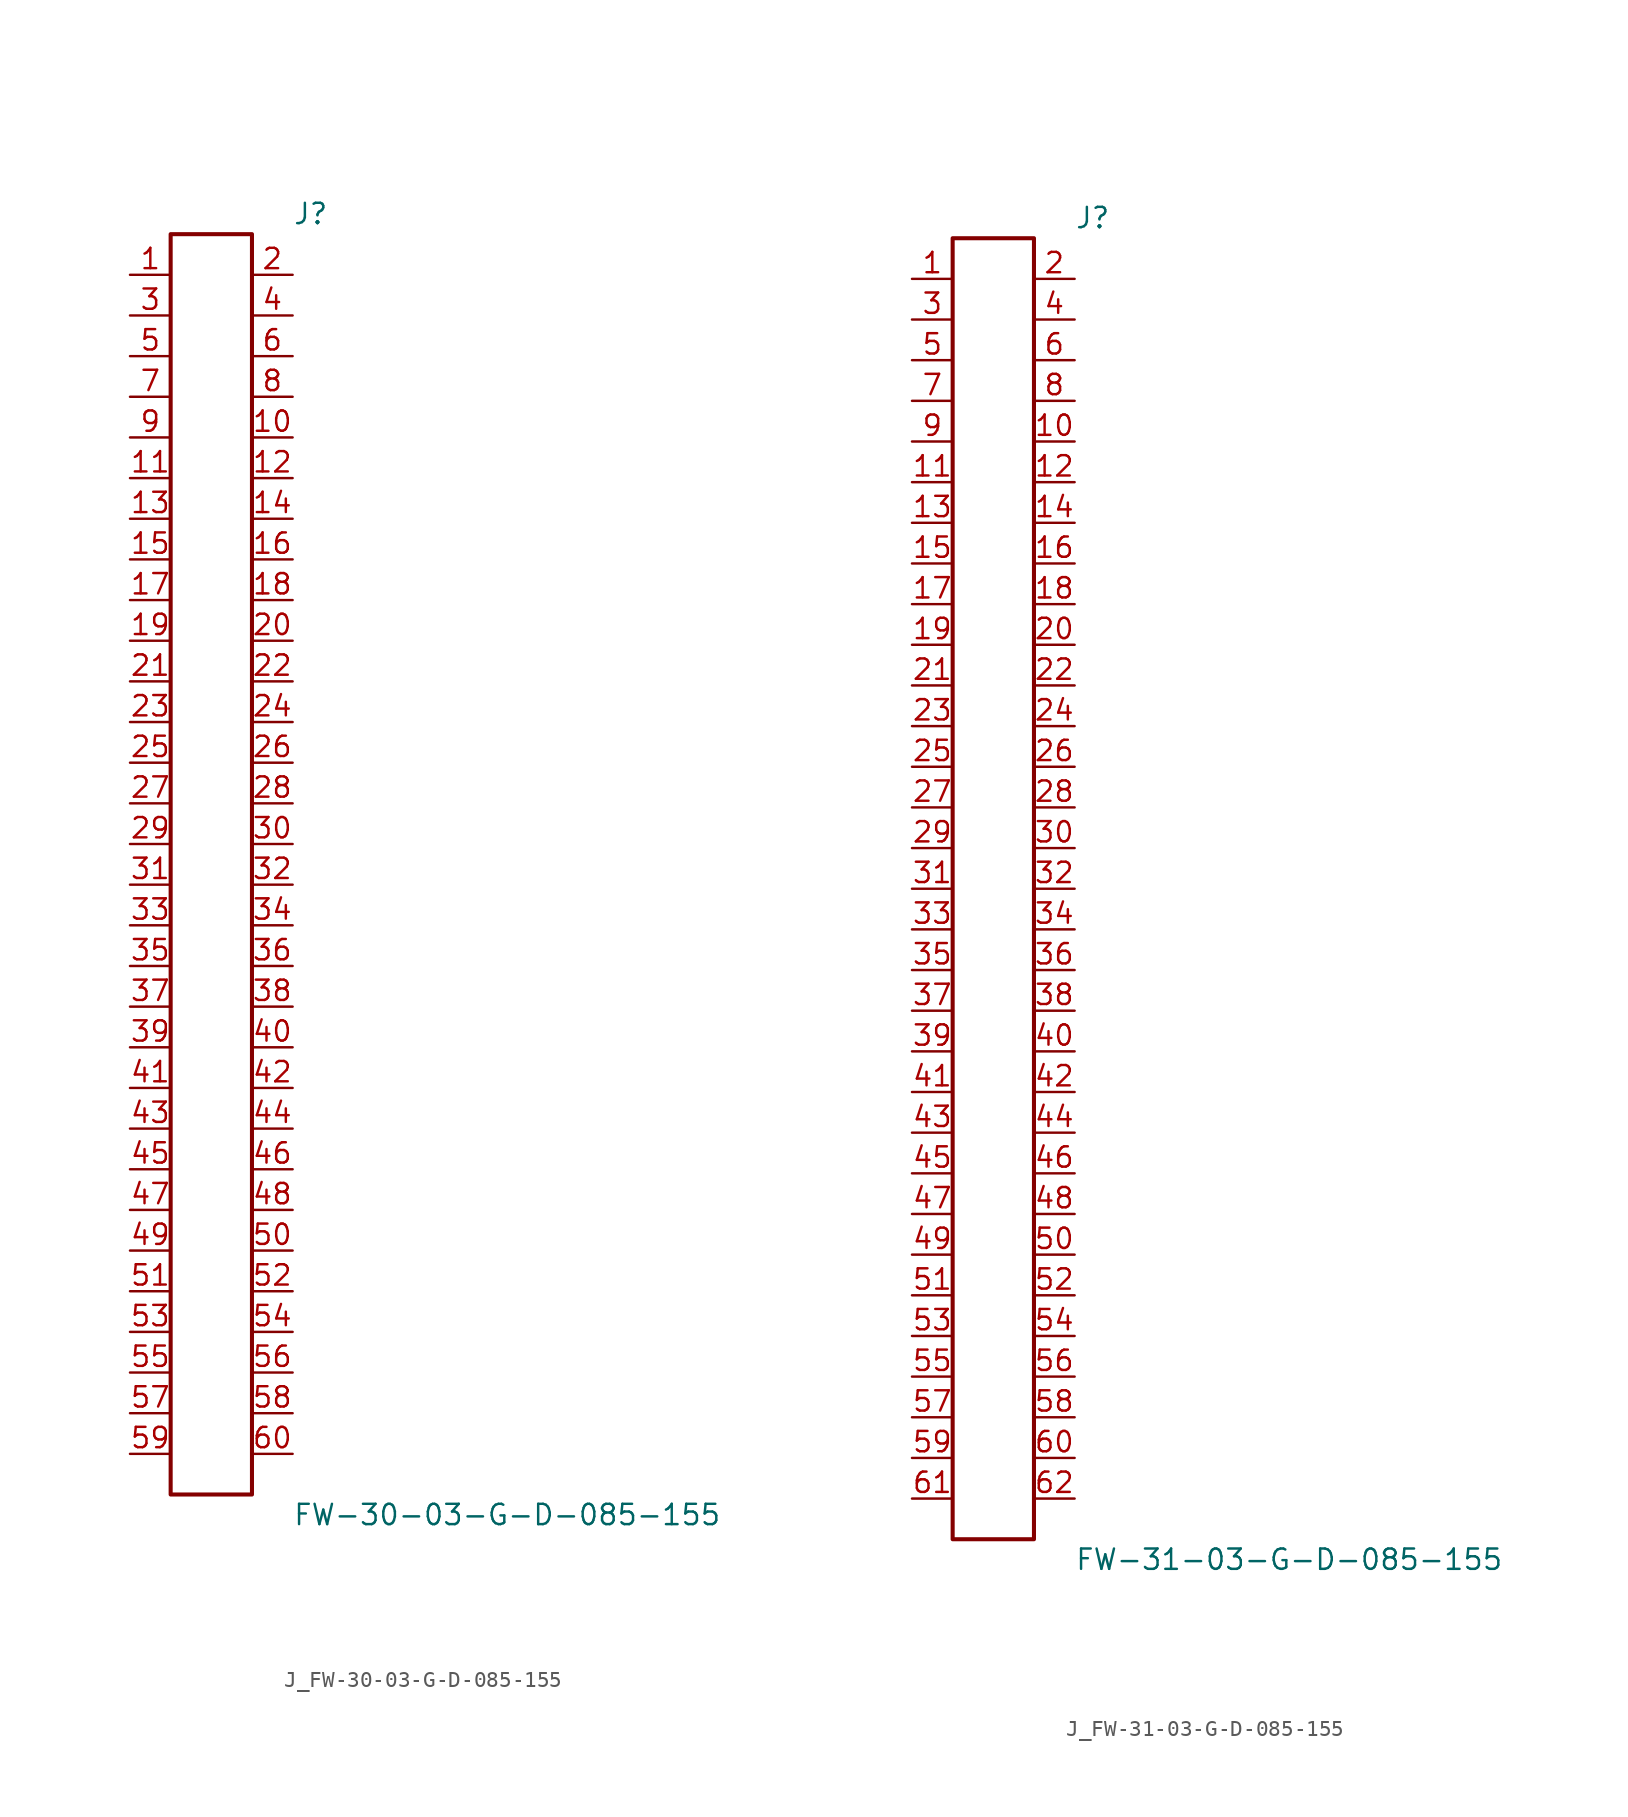
<source format=kicad_sym>
(kicad_symbol_lib
  (version 20231120)
  (generator kicad_symbol_editor)
  (generator_version 8.0)
  (symbol "J_FW-30-03-G-D-085-155"
    (pin_names
      (offset 0.254))
    (property "Reference" "J"
      (at 5.08 40.64 0)
      (effects (font (size 1.27 1.27)) (justify left)))
    (property "Value" "FW-30-03-G-D-085-155"
      (at 5.08 -40.64 0)
      (effects (font (size 1.27 1.27)) (justify left)))
    (symbol "J_FW-30-03-G-D-085-155_0_0"
      (pin unspecified line (at -5.08 36.83 0) (length 2.54) (name "" (effects (font (size 1.27 1.27)))) (number "1" (effects (font (size 1.27 1.27)))))
      (pin unspecified line (at 5.08 36.83 180) (length 2.54) (name "" (effects (font (size 1.27 1.27)))) (number "2" (effects (font (size 1.27 1.27)))))
      (pin unspecified line (at -5.08 34.29 0) (length 2.54) (name "" (effects (font (size 1.27 1.27)))) (number "3" (effects (font (size 1.27 1.27)))))
      (pin unspecified line (at 5.08 34.29 180) (length 2.54) (name "" (effects (font (size 1.27 1.27)))) (number "4" (effects (font (size 1.27 1.27)))))
      (pin unspecified line (at -5.08 31.75 0) (length 2.54) (name "" (effects (font (size 1.27 1.27)))) (number "5" (effects (font (size 1.27 1.27)))))
      (pin unspecified line (at 5.08 31.75 180) (length 2.54) (name "" (effects (font (size 1.27 1.27)))) (number "6" (effects (font (size 1.27 1.27)))))
      (pin unspecified line (at -5.08 29.21 0) (length 2.54) (name "" (effects (font (size 1.27 1.27)))) (number "7" (effects (font (size 1.27 1.27)))))
      (pin unspecified line (at 5.08 29.21 180) (length 2.54) (name "" (effects (font (size 1.27 1.27)))) (number "8" (effects (font (size 1.27 1.27)))))
      (pin unspecified line (at -5.08 26.67 0) (length 2.54) (name "" (effects (font (size 1.27 1.27)))) (number "9" (effects (font (size 1.27 1.27)))))
      (pin unspecified line (at 5.08 26.67 180) (length 2.54) (name "" (effects (font (size 1.27 1.27)))) (number "10" (effects (font (size 1.27 1.27)))))
      (pin unspecified line (at -5.08 24.13 0) (length 2.54) (name "" (effects (font (size 1.27 1.27)))) (number "11" (effects (font (size 1.27 1.27)))))
      (pin unspecified line (at 5.08 24.13 180) (length 2.54) (name "" (effects (font (size 1.27 1.27)))) (number "12" (effects (font (size 1.27 1.27)))))
      (pin unspecified line (at -5.08 21.59 0) (length 2.54) (name "" (effects (font (size 1.27 1.27)))) (number "13" (effects (font (size 1.27 1.27)))))
      (pin unspecified line (at 5.08 21.59 180) (length 2.54) (name "" (effects (font (size 1.27 1.27)))) (number "14" (effects (font (size 1.27 1.27)))))
      (pin unspecified line (at -5.08 19.05 0) (length 2.54) (name "" (effects (font (size 1.27 1.27)))) (number "15" (effects (font (size 1.27 1.27)))))
      (pin unspecified line (at 5.08 19.05 180) (length 2.54) (name "" (effects (font (size 1.27 1.27)))) (number "16" (effects (font (size 1.27 1.27)))))
      (pin unspecified line (at -5.08 16.51 0) (length 2.54) (name "" (effects (font (size 1.27 1.27)))) (number "17" (effects (font (size 1.27 1.27)))))
      (pin unspecified line (at 5.08 16.51 180) (length 2.54) (name "" (effects (font (size 1.27 1.27)))) (number "18" (effects (font (size 1.27 1.27)))))
      (pin unspecified line (at -5.08 13.97 0) (length 2.54) (name "" (effects (font (size 1.27 1.27)))) (number "19" (effects (font (size 1.27 1.27)))))
      (pin unspecified line (at 5.08 13.97 180) (length 2.54) (name "" (effects (font (size 1.27 1.27)))) (number "20" (effects (font (size 1.27 1.27)))))
      (pin unspecified line (at -5.08 11.43 0) (length 2.54) (name "" (effects (font (size 1.27 1.27)))) (number "21" (effects (font (size 1.27 1.27)))))
      (pin unspecified line (at 5.08 11.43 180) (length 2.54) (name "" (effects (font (size 1.27 1.27)))) (number "22" (effects (font (size 1.27 1.27)))))
      (pin unspecified line (at -5.08 8.89 0) (length 2.54) (name "" (effects (font (size 1.27 1.27)))) (number "23" (effects (font (size 1.27 1.27)))))
      (pin unspecified line (at 5.08 8.89 180) (length 2.54) (name "" (effects (font (size 1.27 1.27)))) (number "24" (effects (font (size 1.27 1.27)))))
      (pin unspecified line (at -5.08 6.35 0) (length 2.54) (name "" (effects (font (size 1.27 1.27)))) (number "25" (effects (font (size 1.27 1.27)))))
      (pin unspecified line (at 5.08 6.35 180) (length 2.54) (name "" (effects (font (size 1.27 1.27)))) (number "26" (effects (font (size 1.27 1.27)))))
      (pin unspecified line (at -5.08 3.81 0) (length 2.54) (name "" (effects (font (size 1.27 1.27)))) (number "27" (effects (font (size 1.27 1.27)))))
      (pin unspecified line (at 5.08 3.81 180) (length 2.54) (name "" (effects (font (size 1.27 1.27)))) (number "28" (effects (font (size 1.27 1.27)))))
      (pin unspecified line (at -5.08 1.27 0) (length 2.54) (name "" (effects (font (size 1.27 1.27)))) (number "29" (effects (font (size 1.27 1.27)))))
      (pin unspecified line (at 5.08 1.27 180) (length 2.54) (name "" (effects (font (size 1.27 1.27)))) (number "30" (effects (font (size 1.27 1.27)))))
      (pin unspecified line (at -5.08 -1.27 0) (length 2.54) (name "" (effects (font (size 1.27 1.27)))) (number "31" (effects (font (size 1.27 1.27)))))
      (pin unspecified line (at 5.08 -1.27 180) (length 2.54) (name "" (effects (font (size 1.27 1.27)))) (number "32" (effects (font (size 1.27 1.27)))))
      (pin unspecified line (at -5.08 -3.81 0) (length 2.54) (name "" (effects (font (size 1.27 1.27)))) (number "33" (effects (font (size 1.27 1.27)))))
      (pin unspecified line (at 5.08 -3.81 180) (length 2.54) (name "" (effects (font (size 1.27 1.27)))) (number "34" (effects (font (size 1.27 1.27)))))
      (pin unspecified line (at -5.08 -6.35 0) (length 2.54) (name "" (effects (font (size 1.27 1.27)))) (number "35" (effects (font (size 1.27 1.27)))))
      (pin unspecified line (at 5.08 -6.35 180) (length 2.54) (name "" (effects (font (size 1.27 1.27)))) (number "36" (effects (font (size 1.27 1.27)))))
      (pin unspecified line (at -5.08 -8.89 0) (length 2.54) (name "" (effects (font (size 1.27 1.27)))) (number "37" (effects (font (size 1.27 1.27)))))
      (pin unspecified line (at 5.08 -8.89 180) (length 2.54) (name "" (effects (font (size 1.27 1.27)))) (number "38" (effects (font (size 1.27 1.27)))))
      (pin unspecified line (at -5.08 -11.43 0) (length 2.54) (name "" (effects (font (size 1.27 1.27)))) (number "39" (effects (font (size 1.27 1.27)))))
      (pin unspecified line (at 5.08 -11.43 180) (length 2.54) (name "" (effects (font (size 1.27 1.27)))) (number "40" (effects (font (size 1.27 1.27)))))
      (pin unspecified line (at -5.08 -13.97 0) (length 2.54) (name "" (effects (font (size 1.27 1.27)))) (number "41" (effects (font (size 1.27 1.27)))))
      (pin unspecified line (at 5.08 -13.97 180) (length 2.54) (name "" (effects (font (size 1.27 1.27)))) (number "42" (effects (font (size 1.27 1.27)))))
      (pin unspecified line (at -5.08 -16.51 0) (length 2.54) (name "" (effects (font (size 1.27 1.27)))) (number "43" (effects (font (size 1.27 1.27)))))
      (pin unspecified line (at 5.08 -16.51 180) (length 2.54) (name "" (effects (font (size 1.27 1.27)))) (number "44" (effects (font (size 1.27 1.27)))))
      (pin unspecified line (at -5.08 -19.05 0) (length 2.54) (name "" (effects (font (size 1.27 1.27)))) (number "45" (effects (font (size 1.27 1.27)))))
      (pin unspecified line (at 5.08 -19.05 180) (length 2.54) (name "" (effects (font (size 1.27 1.27)))) (number "46" (effects (font (size 1.27 1.27)))))
      (pin unspecified line (at -5.08 -21.59 0) (length 2.54) (name "" (effects (font (size 1.27 1.27)))) (number "47" (effects (font (size 1.27 1.27)))))
      (pin unspecified line (at 5.08 -21.59 180) (length 2.54) (name "" (effects (font (size 1.27 1.27)))) (number "48" (effects (font (size 1.27 1.27)))))
      (pin unspecified line (at -5.08 -24.13 0) (length 2.54) (name "" (effects (font (size 1.27 1.27)))) (number "49" (effects (font (size 1.27 1.27)))))
      (pin unspecified line (at 5.08 -24.13 180) (length 2.54) (name "" (effects (font (size 1.27 1.27)))) (number "50" (effects (font (size 1.27 1.27)))))
      (pin unspecified line (at -5.08 -26.67 0) (length 2.54) (name "" (effects (font (size 1.27 1.27)))) (number "51" (effects (font (size 1.27 1.27)))))
      (pin unspecified line (at 5.08 -26.67 180) (length 2.54) (name "" (effects (font (size 1.27 1.27)))) (number "52" (effects (font (size 1.27 1.27)))))
      (pin unspecified line (at -5.08 -29.21 0) (length 2.54) (name "" (effects (font (size 1.27 1.27)))) (number "53" (effects (font (size 1.27 1.27)))))
      (pin unspecified line (at 5.08 -29.21 180) (length 2.54) (name "" (effects (font (size 1.27 1.27)))) (number "54" (effects (font (size 1.27 1.27)))))
      (pin unspecified line (at -5.08 -31.75 0) (length 2.54) (name "" (effects (font (size 1.27 1.27)))) (number "55" (effects (font (size 1.27 1.27)))))
      (pin unspecified line (at 5.08 -31.75 180) (length 2.54) (name "" (effects (font (size 1.27 1.27)))) (number "56" (effects (font (size 1.27 1.27)))))
      (pin unspecified line (at -5.08 -34.29 0) (length 2.54) (name "" (effects (font (size 1.27 1.27)))) (number "57" (effects (font (size 1.27 1.27)))))
      (pin unspecified line (at 5.08 -34.29 180) (length 2.54) (name "" (effects (font (size 1.27 1.27)))) (number "58" (effects (font (size 1.27 1.27)))))
      (pin unspecified line (at -5.08 -36.83 0) (length 2.54) (name "" (effects (font (size 1.27 1.27)))) (number "59" (effects (font (size 1.27 1.27)))))
      (pin unspecified line (at 5.08 -36.83 180) (length 2.54) (name "" (effects (font (size 1.27 1.27)))) (number "60" (effects (font (size 1.27 1.27))))))
    (symbol "J_FW-30-03-G-D-085-155_1_0"
      (rectangle (start -2.54 39.37) (end 2.54 -39.37) (stroke (width 0.254) (type solid)) (fill (type none)))))
  (symbol "J_FW-31-03-G-D-085-155"
    (pin_names
      (offset 0.254))
    (property "Reference" "J"
      (at 5.08 41.91 0)
      (effects (font (size 1.27 1.27)) (justify left)))
    (property "Value" "FW-31-03-G-D-085-155"
      (at 5.08 -41.91 0)
      (effects (font (size 1.27 1.27)) (justify left)))
    (symbol "J_FW-31-03-G-D-085-155_0_0"
      (pin unspecified line (at -5.08 38.1 0) (length 2.54) (name "" (effects (font (size 1.27 1.27)))) (number "1" (effects (font (size 1.27 1.27)))))
      (pin unspecified line (at 5.08 38.1 180) (length 2.54) (name "" (effects (font (size 1.27 1.27)))) (number "2" (effects (font (size 1.27 1.27)))))
      (pin unspecified line (at -5.08 35.56 0) (length 2.54) (name "" (effects (font (size 1.27 1.27)))) (number "3" (effects (font (size 1.27 1.27)))))
      (pin unspecified line (at 5.08 35.56 180) (length 2.54) (name "" (effects (font (size 1.27 1.27)))) (number "4" (effects (font (size 1.27 1.27)))))
      (pin unspecified line (at -5.08 33.02 0) (length 2.54) (name "" (effects (font (size 1.27 1.27)))) (number "5" (effects (font (size 1.27 1.27)))))
      (pin unspecified line (at 5.08 33.02 180) (length 2.54) (name "" (effects (font (size 1.27 1.27)))) (number "6" (effects (font (size 1.27 1.27)))))
      (pin unspecified line (at -5.08 30.48 0) (length 2.54) (name "" (effects (font (size 1.27 1.27)))) (number "7" (effects (font (size 1.27 1.27)))))
      (pin unspecified line (at 5.08 30.48 180) (length 2.54) (name "" (effects (font (size 1.27 1.27)))) (number "8" (effects (font (size 1.27 1.27)))))
      (pin unspecified line (at -5.08 27.94 0) (length 2.54) (name "" (effects (font (size 1.27 1.27)))) (number "9" (effects (font (size 1.27 1.27)))))
      (pin unspecified line (at 5.08 27.94 180) (length 2.54) (name "" (effects (font (size 1.27 1.27)))) (number "10" (effects (font (size 1.27 1.27)))))
      (pin unspecified line (at -5.08 25.4 0) (length 2.54) (name "" (effects (font (size 1.27 1.27)))) (number "11" (effects (font (size 1.27 1.27)))))
      (pin unspecified line (at 5.08 25.4 180) (length 2.54) (name "" (effects (font (size 1.27 1.27)))) (number "12" (effects (font (size 1.27 1.27)))))
      (pin unspecified line (at -5.08 22.86 0) (length 2.54) (name "" (effects (font (size 1.27 1.27)))) (number "13" (effects (font (size 1.27 1.27)))))
      (pin unspecified line (at 5.08 22.86 180) (length 2.54) (name "" (effects (font (size 1.27 1.27)))) (number "14" (effects (font (size 1.27 1.27)))))
      (pin unspecified line (at -5.08 20.32 0) (length 2.54) (name "" (effects (font (size 1.27 1.27)))) (number "15" (effects (font (size 1.27 1.27)))))
      (pin unspecified line (at 5.08 20.32 180) (length 2.54) (name "" (effects (font (size 1.27 1.27)))) (number "16" (effects (font (size 1.27 1.27)))))
      (pin unspecified line (at -5.08 17.78 0) (length 2.54) (name "" (effects (font (size 1.27 1.27)))) (number "17" (effects (font (size 1.27 1.27)))))
      (pin unspecified line (at 5.08 17.78 180) (length 2.54) (name "" (effects (font (size 1.27 1.27)))) (number "18" (effects (font (size 1.27 1.27)))))
      (pin unspecified line (at -5.08 15.24 0) (length 2.54) (name "" (effects (font (size 1.27 1.27)))) (number "19" (effects (font (size 1.27 1.27)))))
      (pin unspecified line (at 5.08 15.24 180) (length 2.54) (name "" (effects (font (size 1.27 1.27)))) (number "20" (effects (font (size 1.27 1.27)))))
      (pin unspecified line (at -5.08 12.7 0) (length 2.54) (name "" (effects (font (size 1.27 1.27)))) (number "21" (effects (font (size 1.27 1.27)))))
      (pin unspecified line (at 5.08 12.7 180) (length 2.54) (name "" (effects (font (size 1.27 1.27)))) (number "22" (effects (font (size 1.27 1.27)))))
      (pin unspecified line (at -5.08 10.16 0) (length 2.54) (name "" (effects (font (size 1.27 1.27)))) (number "23" (effects (font (size 1.27 1.27)))))
      (pin unspecified line (at 5.08 10.16 180) (length 2.54) (name "" (effects (font (size 1.27 1.27)))) (number "24" (effects (font (size 1.27 1.27)))))
      (pin unspecified line (at -5.08 7.62 0) (length 2.54) (name "" (effects (font (size 1.27 1.27)))) (number "25" (effects (font (size 1.27 1.27)))))
      (pin unspecified line (at 5.08 7.62 180) (length 2.54) (name "" (effects (font (size 1.27 1.27)))) (number "26" (effects (font (size 1.27 1.27)))))
      (pin unspecified line (at -5.08 5.08 0) (length 2.54) (name "" (effects (font (size 1.27 1.27)))) (number "27" (effects (font (size 1.27 1.27)))))
      (pin unspecified line (at 5.08 5.08 180) (length 2.54) (name "" (effects (font (size 1.27 1.27)))) (number "28" (effects (font (size 1.27 1.27)))))
      (pin unspecified line (at -5.08 2.54 0) (length 2.54) (name "" (effects (font (size 1.27 1.27)))) (number "29" (effects (font (size 1.27 1.27)))))
      (pin unspecified line (at 5.08 2.54 180) (length 2.54) (name "" (effects (font (size 1.27 1.27)))) (number "30" (effects (font (size 1.27 1.27)))))
      (pin unspecified line (at -5.08 0.0 0) (length 2.54) (name "" (effects (font (size 1.27 1.27)))) (number "31" (effects (font (size 1.27 1.27)))))
      (pin unspecified line (at 5.08 0.0 180) (length 2.54) (name "" (effects (font (size 1.27 1.27)))) (number "32" (effects (font (size 1.27 1.27)))))
      (pin unspecified line (at -5.08 -2.54 0) (length 2.54) (name "" (effects (font (size 1.27 1.27)))) (number "33" (effects (font (size 1.27 1.27)))))
      (pin unspecified line (at 5.08 -2.54 180) (length 2.54) (name "" (effects (font (size 1.27 1.27)))) (number "34" (effects (font (size 1.27 1.27)))))
      (pin unspecified line (at -5.08 -5.08 0) (length 2.54) (name "" (effects (font (size 1.27 1.27)))) (number "35" (effects (font (size 1.27 1.27)))))
      (pin unspecified line (at 5.08 -5.08 180) (length 2.54) (name "" (effects (font (size 1.27 1.27)))) (number "36" (effects (font (size 1.27 1.27)))))
      (pin unspecified line (at -5.08 -7.62 0) (length 2.54) (name "" (effects (font (size 1.27 1.27)))) (number "37" (effects (font (size 1.27 1.27)))))
      (pin unspecified line (at 5.08 -7.62 180) (length 2.54) (name "" (effects (font (size 1.27 1.27)))) (number "38" (effects (font (size 1.27 1.27)))))
      (pin unspecified line (at -5.08 -10.16 0) (length 2.54) (name "" (effects (font (size 1.27 1.27)))) (number "39" (effects (font (size 1.27 1.27)))))
      (pin unspecified line (at 5.08 -10.16 180) (length 2.54) (name "" (effects (font (size 1.27 1.27)))) (number "40" (effects (font (size 1.27 1.27)))))
      (pin unspecified line (at -5.08 -12.7 0) (length 2.54) (name "" (effects (font (size 1.27 1.27)))) (number "41" (effects (font (size 1.27 1.27)))))
      (pin unspecified line (at 5.08 -12.7 180) (length 2.54) (name "" (effects (font (size 1.27 1.27)))) (number "42" (effects (font (size 1.27 1.27)))))
      (pin unspecified line (at -5.08 -15.24 0) (length 2.54) (name "" (effects (font (size 1.27 1.27)))) (number "43" (effects (font (size 1.27 1.27)))))
      (pin unspecified line (at 5.08 -15.24 180) (length 2.54) (name "" (effects (font (size 1.27 1.27)))) (number "44" (effects (font (size 1.27 1.27)))))
      (pin unspecified line (at -5.08 -17.78 0) (length 2.54) (name "" (effects (font (size 1.27 1.27)))) (number "45" (effects (font (size 1.27 1.27)))))
      (pin unspecified line (at 5.08 -17.78 180) (length 2.54) (name "" (effects (font (size 1.27 1.27)))) (number "46" (effects (font (size 1.27 1.27)))))
      (pin unspecified line (at -5.08 -20.32 0) (length 2.54) (name "" (effects (font (size 1.27 1.27)))) (number "47" (effects (font (size 1.27 1.27)))))
      (pin unspecified line (at 5.08 -20.32 180) (length 2.54) (name "" (effects (font (size 1.27 1.27)))) (number "48" (effects (font (size 1.27 1.27)))))
      (pin unspecified line (at -5.08 -22.86 0) (length 2.54) (name "" (effects (font (size 1.27 1.27)))) (number "49" (effects (font (size 1.27 1.27)))))
      (pin unspecified line (at 5.08 -22.86 180) (length 2.54) (name "" (effects (font (size 1.27 1.27)))) (number "50" (effects (font (size 1.27 1.27)))))
      (pin unspecified line (at -5.08 -25.4 0) (length 2.54) (name "" (effects (font (size 1.27 1.27)))) (number "51" (effects (font (size 1.27 1.27)))))
      (pin unspecified line (at 5.08 -25.4 180) (length 2.54) (name "" (effects (font (size 1.27 1.27)))) (number "52" (effects (font (size 1.27 1.27)))))
      (pin unspecified line (at -5.08 -27.94 0) (length 2.54) (name "" (effects (font (size 1.27 1.27)))) (number "53" (effects (font (size 1.27 1.27)))))
      (pin unspecified line (at 5.08 -27.94 180) (length 2.54) (name "" (effects (font (size 1.27 1.27)))) (number "54" (effects (font (size 1.27 1.27)))))
      (pin unspecified line (at -5.08 -30.48 0) (length 2.54) (name "" (effects (font (size 1.27 1.27)))) (number "55" (effects (font (size 1.27 1.27)))))
      (pin unspecified line (at 5.08 -30.48 180) (length 2.54) (name "" (effects (font (size 1.27 1.27)))) (number "56" (effects (font (size 1.27 1.27)))))
      (pin unspecified line (at -5.08 -33.02 0) (length 2.54) (name "" (effects (font (size 1.27 1.27)))) (number "57" (effects (font (size 1.27 1.27)))))
      (pin unspecified line (at 5.08 -33.02 180) (length 2.54) (name "" (effects (font (size 1.27 1.27)))) (number "58" (effects (font (size 1.27 1.27)))))
      (pin unspecified line (at -5.08 -35.56 0) (length 2.54) (name "" (effects (font (size 1.27 1.27)))) (number "59" (effects (font (size 1.27 1.27)))))
      (pin unspecified line (at 5.08 -35.56 180) (length 2.54) (name "" (effects (font (size 1.27 1.27)))) (number "60" (effects (font (size 1.27 1.27)))))
      (pin unspecified line (at -5.08 -38.1 0) (length 2.54) (name "" (effects (font (size 1.27 1.27)))) (number "61" (effects (font (size 1.27 1.27)))))
      (pin unspecified line (at 5.08 -38.1 180) (length 2.54) (name "" (effects (font (size 1.27 1.27)))) (number "62" (effects (font (size 1.27 1.27))))))
    (symbol "J_FW-31-03-G-D-085-155_1_0"
      (rectangle (start -2.54 40.64) (end 2.54 -40.64) (stroke (width 0.254) (type solid)) (fill (type none))))))
</source>
